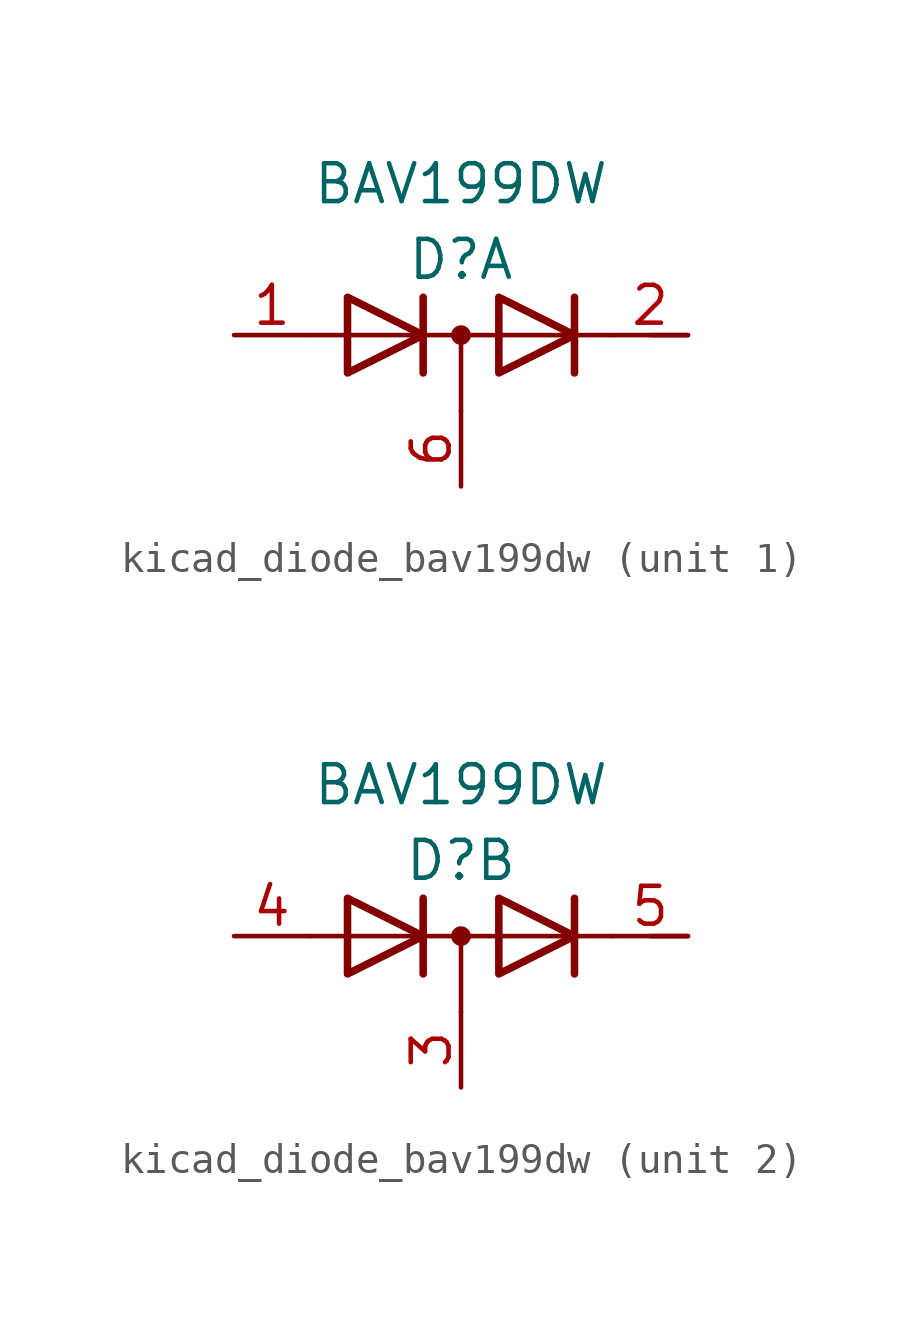
<source format=kicad_sym>
(kicad_symbol_lib
  (version 20220914)
  (generator kicad_symbol_editor)
  (symbol "kicad_diode_bav199dw"
    (pin_names
      (offset 0.025) hide)
    (property "Reference" "D"
      (at 0 2.54 0)
      (effects (font (size 1.27 1.27))))
    (property "Value" "BAV199DW"
      (at 0 5.08 0)
      (effects (font (size 1.27 1.27))))
    (property "ki_locked" ""
      (at 0 0 0)
      (effects (font (size 1.27 1.27))))
    (symbol "kicad_diode_bav199dw_0_1"
      (polyline (pts (xy -5.08 0) (xy 5.08 0)) (stroke (width 0) (type default)) (fill (type none)))
      (polyline (pts (xy 0 0) (xy 0 -2.54)) (stroke (width 0) (type default)) (fill (type none)))
      (polyline (pts (xy -1.27 -1.27) (xy -1.27 1.27) (xy -1.27 1.27)) (stroke (width 0.254) (type default)) (fill (type none)))
      (polyline (pts (xy 3.81 1.27) (xy 3.81 -1.27) (xy 3.81 -1.27)) (stroke (width 0.254) (type default)) (fill (type none)))
      (polyline (pts (xy -3.81 1.27) (xy -1.27 0) (xy -3.81 -1.27) (xy -3.81 1.27) (xy -3.81 1.27) (xy -3.81 1.27)) (stroke (width 0.254) (type default)) (fill (type none)))
      (polyline (pts (xy 1.27 1.27) (xy 3.81 0) (xy 1.27 -1.27) (xy 1.27 1.27) (xy 1.27 1.27) (xy 1.27 1.27)) (stroke (width 0.254) (type default)) (fill (type none)))
      (circle (center 0 0) (radius 0.254) (stroke (width 0) (type default)) (fill (type outline))))
    (symbol "kicad_diode_bav199dw_1_1"
      (polyline (pts (xy 6.35 0) (xy 7.62 0)) (stroke (width 0) (type default)) (fill (type none)))
      (pin passive line (at -7.62 0 0) (length 2.54) (name "A1" (effects (font (size 1.27 1.27)))) (number "1" (effects (font (size 1.27 1.27)))))
      (pin passive line (at 7.62 0 180) (length 2.54) (name "K2" (effects (font (size 1.27 1.27)))) (number "2" (effects (font (size 1.27 1.27)))))
      (pin passive line (at 0 -5.08 90) (length 2.54) (name "K3A4" (effects (font (size 1.27 1.27)))) (number "6" (effects (font (size 1.27 1.27))))))
    (symbol "kicad_diode_bav199dw_2_1"
      (polyline (pts (xy 6.35 0) (xy 7.62 0)) (stroke (width 0) (type default)) (fill (type none)))
      (pin passive line (at 0 -5.08 90) (length 2.54) (name "K1A2" (effects (font (size 1.27 1.27)))) (number "3" (effects (font (size 1.27 1.27)))))
      (pin passive line (at -7.62 0 0) (length 2.54) (name "A3" (effects (font (size 1.27 1.27)))) (number "4" (effects (font (size 1.27 1.27)))))
      (pin passive line (at 7.62 0 180) (length 2.54) (name "K4" (effects (font (size 1.27 1.27)))) (number "5" (effects (font (size 1.27 1.27))))))))
</source>
